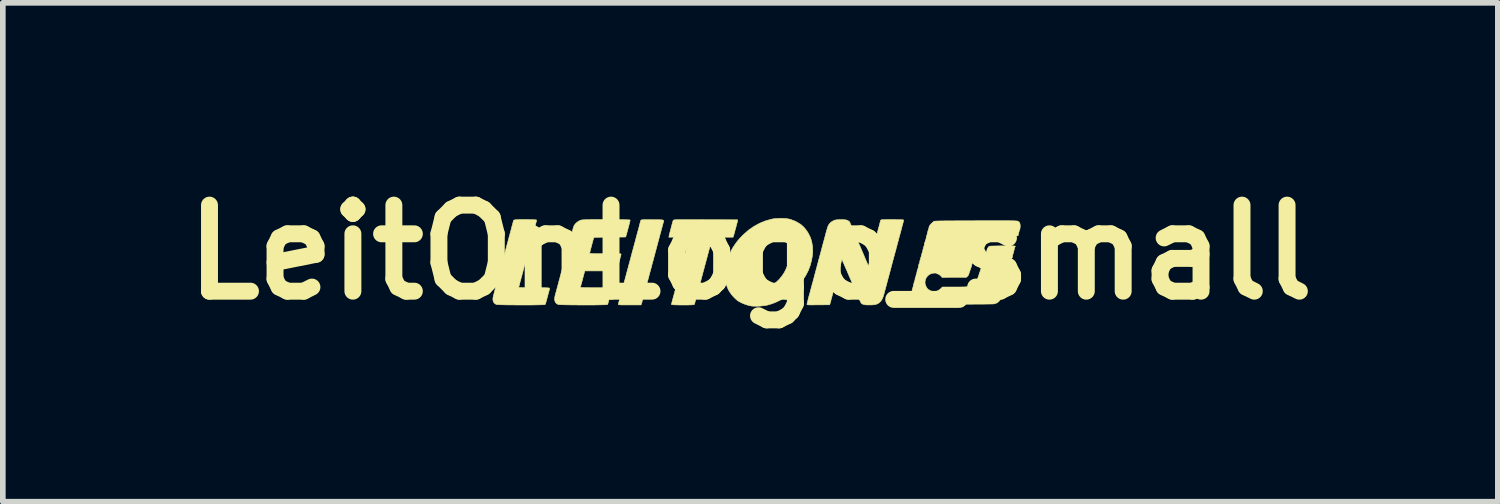
<source format=kicad_pcb>
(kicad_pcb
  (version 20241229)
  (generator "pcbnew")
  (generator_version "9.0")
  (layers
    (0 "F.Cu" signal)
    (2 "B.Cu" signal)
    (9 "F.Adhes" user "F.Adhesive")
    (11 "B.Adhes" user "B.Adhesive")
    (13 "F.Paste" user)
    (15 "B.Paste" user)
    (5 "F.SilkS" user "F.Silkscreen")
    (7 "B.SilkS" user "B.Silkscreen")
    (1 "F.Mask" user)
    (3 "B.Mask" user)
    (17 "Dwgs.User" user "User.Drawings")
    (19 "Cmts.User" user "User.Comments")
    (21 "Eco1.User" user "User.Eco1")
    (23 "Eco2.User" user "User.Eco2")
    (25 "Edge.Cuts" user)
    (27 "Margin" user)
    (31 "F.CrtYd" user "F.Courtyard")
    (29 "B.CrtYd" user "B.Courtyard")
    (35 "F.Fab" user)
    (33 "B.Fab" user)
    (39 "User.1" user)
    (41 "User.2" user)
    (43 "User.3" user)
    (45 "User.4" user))
  (footprint "LeitOnLogo_small"
    (layer "F.Cu")
    (at 10.24 1.418)
    (property "Reference" "LeitOnLogo_small" (at 0 0 0) (layer "F.SilkS") (effects (font (size 1.524 1.524) (thickness 0.3))))
    (attr through_hole)
    (fp_poly (pts (xy 0.567 -0.6) (xy 0.615 -0.598) (xy 0.657 -0.593) (xy 0.686 -0.588) (xy 0.709 -0.582) (xy 0.728 -0.576) (xy 0.739 -0.571) (xy 0.739 -0.571) (xy 0.751 -0.566) (xy 0.756 -0.565) (xy 0.767 -0.562) (xy 0.787 -0.553) (xy 0.812 -0.541) (xy 0.839 -0.526) (xy 0.866 -0.51) (xy 0.89 -0.495) (xy 0.9 -0.487) (xy 0.944 -0.448) (xy 0.986 -0.398) (xy 1.024 -0.342) (xy 1.055 -0.281) (xy 1.073 -0.236) (xy 1.09 -0.173) (xy 1.101 -0.103) (xy 1.105 -0.033) (xy 1.105 -0.031) (xy 1.105 -0.005) (xy 1.104 0.018) (xy 1.101 0.042) (xy 1.098 0.068) (xy 1.092 0.101) (xy 1.085 0.14) (xy 1.062 0.23) (xy 1.028 0.321) (xy 0.982 0.41) (xy 0.926 0.497) (xy 0.862 0.58) (xy 0.789 0.658) (xy 0.708 0.73) (xy 0.623 0.793) (xy 0.55 0.837) (xy 0.472 0.876) (xy 0.392 0.909) (xy 0.313 0.933) (xy 0.283 0.94) (xy 0.244 0.946) (xy 0.197 0.951) (xy 0.148 0.955) (xy 0.099 0.956) (xy 0.056 0.955) (xy 0.025 0.953) (xy -0.02 0.944) (xy -0.069 0.93) (xy -0.119 0.912) (xy -0.166 0.891) (xy -0.206 0.869) (xy -0.229 0.854) (xy -0.277 0.811) (xy -0.32 0.765) (xy -0.357 0.716) (xy -0.386 0.669) (xy -0.397 0.645) (xy -0.405 0.625) (xy -0.411 0.609) (xy -0.413 0.606) (xy -0.427 0.564) (xy -0.439 0.512) (xy -0.446 0.455) (xy -0.45 0.395) (xy -0.449 0.352) (xy -0.042 0.352) (xy -0.037 0.413) (xy -0.023 0.47) (xy -0.001 0.521) (xy 0.026 0.56) (xy 0.059 0.591) (xy 0.101 0.614) (xy 0.15 0.629) (xy 0.203 0.634) (xy 0.259 0.63) (xy 0.276 0.626) (xy 0.339 0.606) (xy 0.399 0.575) (xy 0.456 0.533) (xy 0.51 0.482) (xy 0.559 0.423) (xy 0.602 0.358) (xy 0.638 0.286) (xy 0.666 0.21) (xy 0.684 0.14) (xy 0.695 0.063) (xy 0.697 -0.007) (xy 0.69 -0.071) (xy 0.674 -0.128) (xy 0.65 -0.176) (xy 0.618 -0.216) (xy 0.578 -0.247) (xy 0.566 -0.253) (xy 0.533 -0.265) (xy 0.491 -0.273) (xy 0.446 -0.276) (xy 0.401 -0.273) (xy 0.359 -0.266) (xy 0.338 -0.259) (xy 0.275 -0.229) (xy 0.215 -0.189) (xy 0.16 -0.142) (xy 0.112 -0.09) (xy 0.073 -0.035) (xy 0.066 -0.022) (xy 0.06 -0.01) (xy 0.049 0.009) (xy 0.04 0.025) (xy 0.01 0.09) (xy -0.014 0.164) (xy -0.032 0.248) (xy -0.039 0.291) (xy -0.042 0.352) (xy -0.449 0.352) (xy -0.449 0.337) (xy -0.444 0.291) (xy -0.421 0.18) (xy -0.387 0.076) (xy -0.342 -0.023) (xy -0.312 -0.077) (xy -0.272 -0.138) (xy -0.231 -0.194) (xy -0.185 -0.248) (xy -0.132 -0.303) (xy -0.119 -0.315) (xy -0.03 -0.393) (xy 0.063 -0.458) (xy 0.162 -0.512) (xy 0.266 -0.555) (xy 0.376 -0.586) (xy 0.384 -0.588) (xy 0.421 -0.594) (xy 0.467 -0.598) (xy 0.516 -0.6) (xy 0.567 -0.6)) (stroke (width 0.01) (type solid)) (fill yes) (layer "F.SilkS"))
    (fp_poly (pts (xy -1.758 -0.577) (xy -1.731 -0.576) (xy -1.675 -0.576) (xy -1.63 -0.576) (xy -1.595 -0.575) (xy -1.569 -0.574) (xy -1.552 -0.571) (xy -1.541 -0.567) (xy -1.536 -0.561) (xy -1.535 -0.553) (xy -1.537 -0.542) (xy -1.541 -0.528) (xy -1.545 -0.514) (xy -1.551 -0.493) (xy -1.559 -0.463) (xy -1.567 -0.431) (xy -1.572 -0.416) (xy -1.581 -0.379) (xy -1.589 -0.352) (xy -1.594 -0.331) (xy -1.599 -0.315) (xy -1.603 -0.3) (xy -1.607 -0.283) (xy -1.612 -0.267) (xy -1.618 -0.242) (xy -1.627 -0.21) (xy -1.637 -0.173) (xy -1.647 -0.136) (xy -1.648 -0.13) (xy -1.658 -0.092) (xy -1.669 -0.052) (xy -1.679 -0.016) (xy -1.687 0.014) (xy -1.687 0.016) (xy -1.696 0.048) (xy -1.705 0.083) (xy -1.713 0.114) (xy -1.715 0.119) (xy -1.723 0.151) (xy -1.733 0.186) (xy -1.74 0.211) (xy -1.747 0.24) (xy -1.756 0.274) (xy -1.765 0.308) (xy -1.767 0.314) (xy -1.775 0.343) (xy -1.785 0.379) (xy -1.795 0.419) (xy -1.805 0.457) (xy -1.806 0.46) (xy -1.821 0.515) (xy -1.835 0.569) (xy -1.849 0.619) (xy -1.86 0.662) (xy -1.867 0.686) (xy -1.871 0.701) (xy -1.877 0.725) (xy -1.885 0.754) (xy -1.892 0.781) (xy -1.903 0.823) (xy -1.912 0.854) (xy -1.918 0.877) (xy -1.922 0.893) (xy -1.926 0.904) (xy -1.928 0.911) (xy -1.93 0.917) (xy -1.931 0.919) (xy -1.936 0.933) (xy -2.137 0.933) (xy -2.192 0.933) (xy -2.237 0.933) (xy -2.271 0.933) (xy -2.296 0.932) (xy -2.314 0.931) (xy -2.326 0.93) (xy -2.333 0.928) (xy -2.336 0.926) (xy -2.337 0.923) (xy -2.337 0.922) (xy -2.335 0.909) (xy -2.331 0.89) (xy -2.328 0.879) (xy -2.324 0.865) (xy -2.319 0.85) (xy -2.314 0.83) (xy -2.307 0.805) (xy -2.298 0.772) (xy -2.287 0.731) (xy -2.276 0.686) (xy -2.264 0.642) (xy -2.254 0.606) (xy -2.246 0.574) (xy -2.237 0.542) (xy -2.228 0.507) (xy -2.227 0.505) (xy -2.219 0.476) (xy -2.21 0.44) (xy -2.199 0.401) (xy -2.189 0.362) (xy -2.188 0.359) (xy -2.178 0.322) (xy -2.168 0.285) (xy -2.159 0.251) (xy -2.152 0.225) (xy -2.151 0.222) (xy -2.144 0.196) (xy -2.138 0.173) (xy -2.134 0.157) (xy -2.133 0.156) (xy -2.129 0.14) (xy -2.123 0.117) (xy -2.116 0.091) (xy -2.115 0.087) (xy -2.107 0.055) (xy -2.097 0.02) (xy -2.09 -0.008) (xy -2.082 -0.036) (xy -2.073 -0.07) (xy -2.064 -0.104) (xy -2.061 -0.114) (xy -2.053 -0.143) (xy -2.043 -0.18) (xy -2.032 -0.221) (xy -2.022 -0.261) (xy -2.019 -0.27) (xy -2.009 -0.309) (xy -1.998 -0.35) (xy -1.987 -0.388) (xy -1.979 -0.419) (xy -1.977 -0.425) (xy -1.969 -0.457) (xy -1.961 -0.489) (xy -1.954 -0.516) (xy -1.952 -0.523) (xy -1.946 -0.545) (xy -1.94 -0.562) (xy -1.936 -0.57) (xy -1.931 -0.572) (xy -1.922 -0.574) (xy -1.906 -0.575) (xy -1.883 -0.576) (xy -1.852 -0.577) (xy -1.81 -0.577) (xy -1.758 -0.577)) (stroke (width 0.01) (type solid)) (fill yes) (layer "F.SilkS"))
    (fp_poly (pts (xy -1.038 -0.577) (xy -0.961 -0.577) (xy -0.873 -0.577) (xy -0.792 -0.576) (xy -0.225 -0.575) (xy -0.227 -0.559) (xy -0.23 -0.541) (xy -0.234 -0.521) (xy -0.235 -0.521) (xy -0.239 -0.506) (xy -0.245 -0.482) (xy -0.253 -0.453) (xy -0.26 -0.425) (xy -0.272 -0.383) (xy -0.28 -0.352) (xy -0.286 -0.329) (xy -0.291 -0.312) (xy -0.294 -0.3) (xy -0.297 -0.291) (xy -0.3 -0.284) (xy -0.306 -0.267) (xy -0.671 -0.267) (xy -0.685 -0.211) (xy -0.695 -0.177) (xy -0.705 -0.139) (xy -0.714 -0.104) (xy -0.715 -0.102) (xy -0.733 -0.036) (xy -0.75 0.028) (xy -0.767 0.093) (xy -0.787 0.166) (xy -0.787 0.168) (xy -0.798 0.208) (xy -0.809 0.248) (xy -0.819 0.286) (xy -0.827 0.317) (xy -0.83 0.327) (xy -0.837 0.351) (xy -0.842 0.372) (xy -0.848 0.393) (xy -0.854 0.416) (xy -0.862 0.444) (xy -0.871 0.481) (xy -0.879 0.511) (xy -0.887 0.54) (xy -0.894 0.566) (xy -0.9 0.586) (xy -0.902 0.594) (xy -0.905 0.607) (xy -0.911 0.63) (xy -0.919 0.658) (xy -0.927 0.689) (xy -0.937 0.726) (xy -0.947 0.765) (xy -0.957 0.801) (xy -0.963 0.822) (xy -0.971 0.85) (xy -0.977 0.876) (xy -0.983 0.894) (xy -0.984 0.899) (xy -0.989 0.916) (xy -0.993 0.926) (xy -1.001 0.929) (xy -1.019 0.93) (xy -1.046 0.932) (xy -1.079 0.933) (xy -1.118 0.934) (xy -1.161 0.934) (xy -1.204 0.934) (xy -1.247 0.934) (xy -1.289 0.933) (xy -1.326 0.932) (xy -1.357 0.931) (xy -1.38 0.929) (xy -1.394 0.927) (xy -1.397 0.926) (xy -1.396 0.919) (xy -1.394 0.908) (xy -1.39 0.891) (xy -1.383 0.866) (xy -1.374 0.831) (xy -1.37 0.816) (xy -1.363 0.789) (xy -1.353 0.754) (xy -1.342 0.714) (xy -1.332 0.674) (xy -1.327 0.657) (xy -1.317 0.618) (xy -1.306 0.577) (xy -1.296 0.539) (xy -1.287 0.509) (xy -1.285 0.498) (xy -1.276 0.466) (xy -1.267 0.431) (xy -1.258 0.401) (xy -1.257 0.395) (xy -1.248 0.364) (xy -1.239 0.328) (xy -1.232 0.303) (xy -1.225 0.275) (xy -1.216 0.241) (xy -1.206 0.207) (xy -1.204 0.197) (xy -1.186 0.13) (xy -1.169 0.068) (xy -1.155 0.014) (xy -1.143 -0.029) (xy -1.143 -0.03) (xy -1.134 -0.061) (xy -1.125 -0.096) (xy -1.117 -0.125) (xy -1.109 -0.155) (xy -1.101 -0.185) (xy -1.095 -0.209) (xy -1.095 -0.21) (xy -1.09 -0.231) (xy -1.085 -0.249) (xy -1.082 -0.256) (xy -1.082 -0.259) (xy -1.084 -0.261) (xy -1.09 -0.263) (xy -1.101 -0.265) (xy -1.118 -0.266) (xy -1.143 -0.266) (xy -1.178 -0.267) (xy -1.222 -0.267) (xy -1.26 -0.267) (xy -1.443 -0.267) (xy -1.44 -0.287) (xy -1.438 -0.296) (xy -1.435 -0.309) (xy -1.431 -0.326) (xy -1.425 -0.349) (xy -1.417 -0.381) (xy -1.406 -0.421) (xy -1.393 -0.47) (xy -1.387 -0.495) (xy -1.38 -0.519) (xy -1.377 -0.529) (xy -1.372 -0.549) (xy -1.366 -0.564) (xy -1.365 -0.566) (xy -1.363 -0.568) (xy -1.361 -0.57) (xy -1.356 -0.571) (xy -1.349 -0.573) (xy -1.339 -0.574) (xy -1.324 -0.575) (xy -1.305 -0.576) (xy -1.279 -0.576) (xy -1.247 -0.577) (xy -1.208 -0.577) (xy -1.16 -0.577) (xy -1.104 -0.577) (xy -1.038 -0.577)) (stroke (width 0.01) (type solid)) (fill yes) (layer "F.SilkS"))
    (fp_poly (pts (xy -3.987 -0.578) (xy -3.929 -0.578) (xy -3.88 -0.577) (xy -3.841 -0.576) (xy -3.811 -0.575) (xy -3.794 -0.573) (xy -3.788 -0.572) (xy -3.787 -0.562) (xy -3.79 -0.546) (xy -3.791 -0.541) (xy -3.796 -0.525) (xy -3.803 -0.5) (xy -3.81 -0.471) (xy -3.814 -0.457) (xy -3.822 -0.427) (xy -3.83 -0.397) (xy -3.836 -0.373) (xy -3.838 -0.365) (xy -3.844 -0.345) (xy -3.851 -0.317) (xy -3.86 -0.286) (xy -3.864 -0.27) (xy -3.874 -0.233) (xy -3.881 -0.206) (xy -3.887 -0.185) (xy -3.891 -0.169) (xy -3.895 -0.153) (xy -3.9 -0.136) (xy -3.904 -0.121) (xy -3.911 -0.095) (xy -3.92 -0.061) (xy -3.93 -0.025) (xy -3.937 0.003) (xy -3.95 0.053) (xy -3.964 0.104) (xy -3.977 0.153) (xy -3.988 0.196) (xy -3.994 0.216) (xy -3.998 0.231) (xy -4.005 0.255) (xy -4.012 0.284) (xy -4.02 0.311) (xy -4.028 0.342) (xy -4.036 0.371) (xy -4.042 0.394) (xy -4.045 0.406) (xy -4.056 0.445) (xy -4.066 0.484) (xy -4.077 0.522) (xy -4.086 0.557) (xy -4.093 0.586) (xy -4.099 0.608) (xy -4.102 0.62) (xy -4.102 0.622) (xy -4.096 0.624) (xy -4.077 0.625) (xy -4.046 0.627) (xy -4.003 0.628) (xy -3.948 0.628) (xy -3.881 0.629) (xy -3.829 0.629) (xy -3.763 0.629) (xy -3.708 0.629) (xy -3.664 0.629) (xy -3.63 0.629) (xy -3.603 0.63) (xy -3.584 0.631) (xy -3.571 0.632) (xy -3.563 0.634) (xy -3.558 0.636) (xy -3.556 0.638) (xy -3.556 0.64) (xy -3.558 0.651) (xy -3.562 0.671) (xy -3.568 0.694) (xy -3.57 0.699) (xy -3.576 0.723) (xy -3.582 0.746) (xy -3.589 0.77) (xy -3.596 0.798) (xy -3.606 0.834) (xy -3.614 0.864) (xy -3.621 0.889) (xy -3.627 0.91) (xy -3.633 0.923) (xy -3.634 0.926) (xy -3.642 0.927) (xy -3.661 0.929) (xy -3.69 0.93) (xy -3.728 0.931) (xy -3.773 0.932) (xy -3.825 0.933) (xy -3.882 0.934) (xy -3.943 0.934) (xy -4.007 0.934) (xy -4.071 0.934) (xy -4.135 0.934) (xy -4.198 0.933) (xy -4.259 0.933) (xy -4.316 0.932) (xy -4.367 0.931) (xy -4.412 0.93) (xy -4.449 0.928) (xy -4.477 0.927) (xy -4.495 0.925) (xy -4.501 0.924) (xy -4.531 0.905) (xy -4.55 0.88) (xy -4.559 0.847) (xy -4.559 0.835) (xy -4.559 0.822) (xy -4.558 0.809) (xy -4.555 0.793) (xy -4.551 0.772) (xy -4.544 0.746) (xy -4.535 0.711) (xy -4.523 0.667) (xy -4.519 0.651) (xy -4.512 0.624) (xy -4.503 0.589) (xy -4.492 0.549) (xy -4.481 0.509) (xy -4.477 0.492) (xy -4.466 0.452) (xy -4.455 0.412) (xy -4.445 0.374) (xy -4.437 0.343) (xy -4.434 0.333) (xy -4.425 0.301) (xy -4.416 0.266) (xy -4.408 0.236) (xy -4.407 0.23) (xy -4.398 0.198) (xy -4.389 0.163) (xy -4.382 0.138) (xy -4.374 0.109) (xy -4.365 0.075) (xy -4.356 0.041) (xy -4.354 0.035) (xy -4.347 0.008) (xy -4.337 -0.027) (xy -4.327 -0.067) (xy -4.316 -0.107) (xy -4.312 -0.124) (xy -4.301 -0.163) (xy -4.29 -0.204) (xy -4.28 -0.242) (xy -4.272 -0.273) (xy -4.269 -0.283) (xy -4.26 -0.315) (xy -4.251 -0.35) (xy -4.243 -0.38) (xy -4.241 -0.386) (xy -4.233 -0.416) (xy -4.224 -0.452) (xy -4.216 -0.481) (xy -4.209 -0.507) (xy -4.203 -0.529) (xy -4.199 -0.544) (xy -4.199 -0.546) (xy -4.197 -0.555) (xy -4.194 -0.562) (xy -4.19 -0.567) (xy -4.182 -0.571) (xy -4.169 -0.574) (xy -4.15 -0.576) (xy -4.124 -0.577) (xy -4.089 -0.578) (xy -4.044 -0.578) (xy -3.988 -0.578) (xy -3.987 -0.578)) (stroke (width 0.01) (type solid)) (fill yes) (layer "F.SilkS"))
    (fp_poly (pts (xy -2.473 -0.578) (xy -2.398 -0.578) (xy -2.33 -0.577) (xy -2.271 -0.577) (xy -2.222 -0.576) (xy -2.182 -0.575) (xy -2.153 -0.574) (xy -2.136 -0.573) (xy -2.131 -0.572) (xy -2.13 -0.567) (xy -2.131 -0.557) (xy -2.135 -0.539) (xy -2.141 -0.514) (xy -2.15 -0.48) (xy -2.162 -0.435) (xy -2.173 -0.394) (xy -2.18 -0.368) (xy -2.186 -0.344) (xy -2.191 -0.328) (xy -2.191 -0.327) (xy -2.197 -0.306) (xy -2.202 -0.289) (xy -2.208 -0.27) (xy -2.486 -0.268) (xy -2.545 -0.268) (xy -2.599 -0.267) (xy -2.648 -0.266) (xy -2.691 -0.265) (xy -2.726 -0.264) (xy -2.751 -0.263) (xy -2.766 -0.262) (xy -2.77 -0.262) (xy -2.774 -0.254) (xy -2.779 -0.236) (xy -2.786 -0.213) (xy -2.79 -0.2) (xy -2.798 -0.169) (xy -2.808 -0.132) (xy -2.818 -0.093) (xy -2.825 -0.068) (xy -2.833 -0.038) (xy -2.839 -0.013) (xy -2.843 0.006) (xy -2.845 0.016) (xy -2.845 0.016) (xy -2.843 0.018) (xy -2.839 0.02) (xy -2.829 0.022) (xy -2.815 0.023) (xy -2.793 0.024) (xy -2.764 0.025) (xy -2.727 0.025) (xy -2.679 0.025) (xy -2.621 0.025) (xy -2.57 0.025) (xy -2.512 0.025) (xy -2.458 0.026) (xy -2.409 0.026) (xy -2.367 0.027) (xy -2.333 0.027) (xy -2.308 0.028) (xy -2.294 0.029) (xy -2.291 0.029) (xy -2.29 0.037) (xy -2.293 0.052) (xy -2.295 0.062) (xy -2.3 0.079) (xy -2.307 0.105) (xy -2.315 0.137) (xy -2.325 0.173) (xy -2.33 0.194) (xy -2.34 0.229) (xy -2.349 0.261) (xy -2.356 0.288) (xy -2.361 0.306) (xy -2.364 0.313) (xy -2.37 0.33) (xy -2.932 0.33) (xy -2.94 0.36) (xy -2.947 0.386) (xy -2.954 0.413) (xy -2.956 0.419) (xy -2.961 0.438) (xy -2.968 0.464) (xy -2.976 0.495) (xy -2.981 0.514) (xy -2.989 0.544) (xy -2.996 0.57) (xy -3.002 0.59) (xy -3.005 0.598) (xy -3.008 0.613) (xy -3.007 0.622) (xy -3 0.624) (xy -2.982 0.625) (xy -2.952 0.627) (xy -2.91 0.628) (xy -2.856 0.628) (xy -2.789 0.629) (xy -2.726 0.629) (xy -2.45 0.629) (xy -2.453 0.646) (xy -2.455 0.655) (xy -2.458 0.67) (xy -2.463 0.69) (xy -2.471 0.718) (xy -2.481 0.755) (xy -2.493 0.802) (xy -2.499 0.822) (xy -2.506 0.849) (xy -2.513 0.875) (xy -2.517 0.889) (xy -2.522 0.908) (xy -2.528 0.922) (xy -2.529 0.926) (xy -2.537 0.927) (xy -2.555 0.929) (xy -2.584 0.93) (xy -2.622 0.931) (xy -2.668 0.932) (xy -2.72 0.933) (xy -2.777 0.934) (xy -2.837 0.934) (xy -2.901 0.934) (xy -2.966 0.934) (xy -3.03 0.934) (xy -3.094 0.933) (xy -3.155 0.933) (xy -3.212 0.932) (xy -3.265 0.931) (xy -3.311 0.93) (xy -3.349 0.929) (xy -3.379 0.927) (xy -3.399 0.926) (xy -3.407 0.924) (xy -3.437 0.905) (xy -3.456 0.88) (xy -3.466 0.848) (xy -3.466 0.809) (xy -3.457 0.764) (xy -3.45 0.737) (xy -3.442 0.709) (xy -3.438 0.695) (xy -3.433 0.674) (xy -3.425 0.646) (xy -3.417 0.616) (xy -3.414 0.606) (xy -3.407 0.578) (xy -3.397 0.542) (xy -3.387 0.502) (xy -3.376 0.464) (xy -3.375 0.46) (xy -3.366 0.424) (xy -3.356 0.386) (xy -3.347 0.353) (xy -3.34 0.327) (xy -3.339 0.324) (xy -3.332 0.298) (xy -3.326 0.275) (xy -3.321 0.258) (xy -3.321 0.257) (xy -3.317 0.242) (xy -3.311 0.219) (xy -3.304 0.193) (xy -3.303 0.189) (xy -3.294 0.157) (xy -3.285 0.122) (xy -3.277 0.094) (xy -3.269 0.065) (xy -3.26 0.031) (xy -3.251 -0.003) (xy -3.249 -0.01) (xy -3.242 -0.038) (xy -3.232 -0.074) (xy -3.221 -0.114) (xy -3.211 -0.152) (xy -3.21 -0.156) (xy -3.201 -0.192) (xy -3.191 -0.23) (xy -3.182 -0.263) (xy -3.175 -0.289) (xy -3.174 -0.292) (xy -3.167 -0.318) (xy -3.16 -0.341) (xy -3.156 -0.358) (xy -3.156 -0.359) (xy -3.151 -0.376) (xy -3.145 -0.399) (xy -3.142 -0.413) (xy -3.134 -0.437) (xy -3.126 -0.461) (xy -3.122 -0.471) (xy -3.103 -0.499) (xy -3.076 -0.526) (xy -3.045 -0.549) (xy -3.014 -0.564) (xy -3.007 -0.567) (xy -2.999 -0.569) (xy -2.991 -0.571) (xy -2.98 -0.573) (xy -2.966 -0.574) (xy -2.949 -0.575) (xy -2.926 -0.576) (xy -2.898 -0.577) (xy -2.862 -0.577) (xy -2.819 -0.578) (xy -2.767 -0.578) (xy -2.705 -0.578) (xy -2.632 -0.578) (xy -2.556 -0.578) (xy -2.473 -0.578)) (stroke (width 0.01) (type solid)) (fill yes) (layer "F.SilkS"))
    (fp_poly (pts (xy 2.561 -0.578) (xy 2.605 -0.577) (xy 2.644 -0.577) (xy 2.676 -0.576) (xy 2.699 -0.575) (xy 2.712 -0.573) (xy 2.714 -0.573) (xy 2.714 -0.565) (xy 2.711 -0.547) (xy 2.706 -0.524) (xy 2.702 -0.511) (xy 2.689 -0.463) (xy 2.676 -0.412) (xy 2.663 -0.363) (xy 2.651 -0.319) (xy 2.644 -0.295) (xy 2.637 -0.269) (xy 2.63 -0.242) (xy 2.622 -0.211) (xy 2.612 -0.174) (xy 2.6 -0.13) (xy 2.591 -0.094) (xy 2.583 -0.067) (xy 2.578 -0.045) (xy 2.572 -0.026) (xy 2.567 -0.005) (xy 2.56 0.019) (xy 2.552 0.049) (xy 2.542 0.086) (xy 2.531 0.127) (xy 2.52 0.167) (xy 2.511 0.201) (xy 2.508 0.213) (xy 2.504 0.227) (xy 2.498 0.25) (xy 2.491 0.278) (xy 2.486 0.295) (xy 2.478 0.326) (xy 2.47 0.356) (xy 2.463 0.381) (xy 2.461 0.391) (xy 2.455 0.411) (xy 2.448 0.439) (xy 2.439 0.47) (xy 2.435 0.486) (xy 2.425 0.523) (xy 2.418 0.55) (xy 2.413 0.57) (xy 2.408 0.587) (xy 2.404 0.602) (xy 2.4 0.618) (xy 2.395 0.635) (xy 2.387 0.665) (xy 2.377 0.701) (xy 2.369 0.734) (xy 2.368 0.737) (xy 2.354 0.784) (xy 2.339 0.822) (xy 2.322 0.851) (xy 2.302 0.876) (xy 2.293 0.884) (xy 2.271 0.902) (xy 2.247 0.915) (xy 2.221 0.924) (xy 2.188 0.93) (xy 2.147 0.933) (xy 2.106 0.933) (xy 2.06 0.933) (xy 2.026 0.929) (xy 2 0.923) (xy 1.98 0.914) (xy 1.965 0.901) (xy 1.956 0.888) (xy 1.951 0.877) (xy 1.941 0.856) (xy 1.928 0.827) (xy 1.911 0.791) (xy 1.893 0.749) (xy 1.873 0.703) (xy 1.86 0.674) (xy 1.839 0.626) (xy 1.82 0.58) (xy 1.802 0.538) (xy 1.786 0.502) (xy 1.774 0.474) (xy 1.765 0.454) (xy 1.762 0.448) (xy 1.753 0.428) (xy 1.742 0.401) (xy 1.729 0.371) (xy 1.721 0.352) (xy 1.708 0.321) (xy 1.694 0.29) (xy 1.682 0.262) (xy 1.677 0.251) (xy 1.665 0.224) (xy 1.652 0.193) (xy 1.641 0.169) (xy 1.623 0.125) (xy 1.611 0.169) (xy 1.605 0.195) (xy 1.598 0.219) (xy 1.594 0.235) (xy 1.589 0.251) (xy 1.582 0.279) (xy 1.572 0.315) (xy 1.56 0.358) (xy 1.547 0.408) (xy 1.533 0.462) (xy 1.518 0.519) (xy 1.511 0.543) (xy 1.502 0.579) (xy 1.493 0.611) (xy 1.486 0.638) (xy 1.481 0.657) (xy 1.479 0.664) (xy 1.474 0.681) (xy 1.468 0.704) (xy 1.465 0.714) (xy 1.459 0.734) (xy 1.452 0.762) (xy 1.443 0.794) (xy 1.438 0.813) (xy 1.43 0.843) (xy 1.423 0.872) (xy 1.416 0.895) (xy 1.413 0.905) (xy 1.405 0.93) (xy 1.204 0.932) (xy 1.149 0.932) (xy 1.104 0.933) (xy 1.07 0.933) (xy 1.044 0.932) (xy 1.026 0.931) (xy 1.014 0.93) (xy 1.007 0.928) (xy 1.004 0.926) (xy 1.003 0.923) (xy 1.003 0.922) (xy 1.005 0.912) (xy 1.01 0.892) (xy 1.017 0.863) (xy 1.026 0.827) (xy 1.036 0.787) (xy 1.048 0.744) (xy 1.054 0.724) (xy 1.058 0.709) (xy 1.064 0.685) (xy 1.072 0.656) (xy 1.079 0.629) (xy 1.088 0.598) (xy 1.095 0.569) (xy 1.102 0.546) (xy 1.105 0.533) (xy 1.11 0.517) (xy 1.117 0.49) (xy 1.127 0.454) (xy 1.138 0.41) (xy 1.151 0.362) (xy 1.165 0.309) (xy 1.18 0.254) (xy 1.187 0.225) (xy 1.197 0.19) (xy 1.205 0.157) (xy 1.213 0.13) (xy 1.218 0.111) (xy 1.22 0.105) (xy 1.224 0.091) (xy 1.23 0.068) (xy 1.237 0.04) (xy 1.245 0.013) (xy 1.253 -0.018) (xy 1.261 -0.047) (xy 1.267 -0.07) (xy 1.27 -0.083) (xy 1.274 -0.096) (xy 1.28 -0.12) (xy 1.288 -0.15) (xy 1.297 -0.184) (xy 1.302 -0.2) (xy 1.319 -0.264) (xy 1.333 -0.318) (xy 1.345 -0.361) (xy 1.355 -0.396) (xy 1.363 -0.424) (xy 1.37 -0.445) (xy 1.376 -0.461) (xy 1.382 -0.474) (xy 1.387 -0.484) (xy 1.392 -0.492) (xy 1.42 -0.525) (xy 1.457 -0.551) (xy 1.497 -0.569) (xy 1.518 -0.573) (xy 1.548 -0.576) (xy 1.584 -0.577) (xy 1.621 -0.578) (xy 1.656 -0.577) (xy 1.685 -0.574) (xy 1.703 -0.571) (xy 1.721 -0.564) (xy 1.74 -0.553) (xy 1.756 -0.54) (xy 1.764 -0.529) (xy 1.765 -0.526) (xy 1.766 -0.522) (xy 1.768 -0.515) (xy 1.772 -0.504) (xy 1.78 -0.486) (xy 1.792 -0.459) (xy 1.796 -0.451) (xy 1.802 -0.436) (xy 1.812 -0.412) (xy 1.826 -0.381) (xy 1.841 -0.345) (xy 1.857 -0.307) (xy 1.858 -0.305) (xy 1.874 -0.266) (xy 1.889 -0.229) (xy 1.903 -0.196) (xy 1.915 -0.17) (xy 1.922 -0.153) (xy 1.922 -0.152) (xy 1.932 -0.13) (xy 1.942 -0.109) (xy 1.946 -0.098) (xy 1.951 -0.087) (xy 1.96 -0.066) (xy 1.972 -0.037) (xy 1.987 -0.003) (xy 2.003 0.035) (xy 2.007 0.044) (xy 2.023 0.083) (xy 2.038 0.12) (xy 2.052 0.152) (xy 2.063 0.177) (xy 2.07 0.193) (xy 2.071 0.195) (xy 2.078 0.213) (xy 2.082 0.226) (xy 2.083 0.229) (xy 2.085 0.234) (xy 2.091 0.231) (xy 2.097 0.221) (xy 2.102 0.208) (xy 2.104 0.202) (xy 2.107 0.186) (xy 2.113 0.163) (xy 2.12 0.135) (xy 2.123 0.124) (xy 2.132 0.09) (xy 2.143 0.051) (xy 2.153 0.014) (xy 2.155 0.006) (xy 2.163 -0.025) (xy 2.172 -0.057) (xy 2.179 -0.084) (xy 2.182 -0.092) (xy 2.189 -0.119) (xy 2.196 -0.146) (xy 2.204 -0.176) (xy 2.214 -0.213) (xy 2.226 -0.257) (xy 2.235 -0.291) (xy 2.242 -0.317) (xy 2.248 -0.34) (xy 2.254 -0.363) (xy 2.261 -0.39) (xy 2.269 -0.419) (xy 2.278 -0.451) (xy 2.286 -0.482) (xy 2.293 -0.509) (xy 2.295 -0.517) (xy 2.301 -0.539) (xy 2.306 -0.558) (xy 2.309 -0.567) (xy 2.31 -0.57) (xy 2.314 -0.572) (xy 2.322 -0.574) (xy 2.334 -0.576) (xy 2.352 -0.577) (xy 2.377 -0.577) (xy 2.412 -0.578) (xy 2.456 -0.578) (xy 2.511 -0.578) (xy 2.561 -0.578)) (stroke (width 0.01) (type solid)) (fill yes) (layer "F.SilkS"))
    (fp_poly (pts (xy 4.499 -0.558) (xy 4.549 -0.558) (xy 4.592 -0.558) (xy 4.628 -0.557) (xy 4.657 -0.557) (xy 4.681 -0.556) (xy 4.7 -0.555) (xy 4.714 -0.554) (xy 4.724 -0.553) (xy 4.732 -0.552) (xy 4.737 -0.55) (xy 4.741 -0.549) (xy 4.742 -0.549) (xy 4.763 -0.532) (xy 4.776 -0.507) (xy 4.78 -0.474) (xy 4.78 -0.449) (xy 4.777 -0.426) (xy 4.774 -0.408) (xy 4.77 -0.398) (xy 4.766 -0.389) (xy 4.76 -0.37) (xy 4.754 -0.347) (xy 4.753 -0.341) (xy 4.741 -0.292) (xy 4.498 -0.292) (xy 4.444 -0.292) (xy 4.394 -0.292) (xy 4.349 -0.291) (xy 4.311 -0.29) (xy 4.281 -0.289) (xy 4.261 -0.288) (xy 4.252 -0.287) (xy 4.252 -0.287) (xy 4.244 -0.283) (xy 4.228 -0.279) (xy 4.215 -0.278) (xy 4.19 -0.273) (xy 4.169 -0.267) (xy 4.153 -0.26) (xy 4.147 -0.253) (xy 4.147 -0.252) (xy 4.141 -0.248) (xy 4.138 -0.248) (xy 4.126 -0.242) (xy 4.109 -0.228) (xy 4.09 -0.208) (xy 4.071 -0.184) (xy 4.054 -0.159) (xy 4.041 -0.135) (xy 4.033 -0.115) (xy 4.032 -0.107) (xy 4.029 -0.095) (xy 4.026 -0.092) (xy 4.021 -0.083) (xy 4.02 -0.073) (xy 4.017 -0.06) (xy 4.014 -0.054) (xy 4.009 -0.046) (xy 4.005 -0.031) (xy 4.004 -0.024) (xy 4 -0.006) (xy 3.996 0.007) (xy 3.995 0.01) (xy 3.99 0.019) (xy 3.984 0.036) (xy 3.979 0.054) (xy 3.972 0.076) (xy 3.965 0.094) (xy 3.962 0.103) (xy 3.957 0.116) (xy 3.953 0.135) (xy 3.952 0.139) (xy 3.948 0.155) (xy 3.944 0.164) (xy 3.943 0.165) (xy 3.938 0.171) (xy 3.937 0.181) (xy 3.935 0.194) (xy 3.931 0.2) (xy 3.927 0.208) (xy 3.922 0.223) (xy 3.921 0.23) (xy 3.917 0.248) (xy 3.913 0.261) (xy 3.912 0.264) (xy 3.908 0.273) (xy 3.902 0.29) (xy 3.896 0.308) (xy 3.889 0.33) (xy 3.883 0.347) (xy 3.88 0.356) (xy 3.875 0.369) (xy 3.871 0.386) (xy 3.87 0.387) (xy 3.863 0.405) (xy 3.849 0.423) (xy 3.846 0.426) (xy 3.826 0.444) (xy 3.611 0.444) (xy 3.396 0.445) (xy 3.383 0.428) (xy 3.369 0.414) (xy 3.35 0.4) (xy 3.331 0.388) (xy 3.316 0.382) (xy 3.312 0.381) (xy 3.303 0.378) (xy 3.302 0.375) (xy 3.296 0.371) (xy 3.281 0.369) (xy 3.262 0.368) (xy 3.217 0.374) (xy 3.178 0.39) (xy 3.144 0.415) (xy 3.118 0.447) (xy 3.101 0.485) (xy 3.094 0.527) (xy 3.095 0.55) (xy 3.101 0.576) (xy 3.112 0.604) (xy 3.126 0.629) (xy 3.141 0.65) (xy 3.156 0.663) (xy 3.167 0.667) (xy 3.174 0.67) (xy 3.175 0.672) (xy 3.181 0.678) (xy 3.196 0.684) (xy 3.216 0.689) (xy 3.238 0.693) (xy 3.258 0.696) (xy 3.273 0.695) (xy 3.311 0.685) (xy 3.341 0.67) (xy 3.369 0.648) (xy 3.372 0.645) (xy 3.402 0.616) (xy 3.62 0.616) (xy 3.683 0.616) (xy 3.735 0.615) (xy 3.778 0.615) (xy 3.812 0.613) (xy 3.839 0.611) (xy 3.86 0.608) (xy 3.878 0.604) (xy 3.893 0.598) (xy 3.907 0.591) (xy 3.922 0.583) (xy 3.925 0.581) (xy 3.952 0.561) (xy 3.978 0.536) (xy 4.001 0.509) (xy 4.016 0.485) (xy 4.017 0.483) (xy 4.024 0.466) (xy 4.031 0.452) (xy 4.031 0.451) (xy 4.036 0.44) (xy 4.042 0.421) (xy 4.048 0.403) (xy 4.055 0.381) (xy 4.061 0.362) (xy 4.065 0.352) (xy 4.069 0.339) (xy 4.076 0.319) (xy 4.08 0.305) (xy 4.087 0.284) (xy 4.093 0.267) (xy 4.096 0.26) (xy 4.1 0.247) (xy 4.104 0.228) (xy 4.105 0.22) (xy 4.109 0.203) (xy 4.113 0.192) (xy 4.116 0.191) (xy 4.12 0.185) (xy 4.121 0.175) (xy 4.123 0.162) (xy 4.127 0.156) (xy 4.132 0.148) (xy 4.136 0.133) (xy 4.137 0.129) (xy 4.141 0.111) (xy 4.145 0.1) (xy 4.146 0.098) (xy 4.15 0.089) (xy 4.156 0.072) (xy 4.162 0.054) (xy 4.169 0.032) (xy 4.175 0.013) (xy 4.178 0.003) (xy 4.184 -0.012) (xy 4.188 -0.03) (xy 4.199 -0.064) (xy 4.216 -0.091) (xy 4.223 -0.099) (xy 4.228 -0.102) (xy 4.233 -0.105) (xy 4.241 -0.107) (xy 4.254 -0.109) (xy 4.271 -0.11) (xy 4.296 -0.111) (xy 4.328 -0.111) (xy 4.369 -0.112) (xy 4.421 -0.113) (xy 4.465 -0.113) (xy 4.525 -0.113) (xy 4.574 -0.114) (xy 4.613 -0.113) (xy 4.642 -0.113) (xy 4.664 -0.112) (xy 4.678 -0.111) (xy 4.687 -0.11) (xy 4.692 -0.108) (xy 4.693 -0.105) (xy 4.689 -0.095) (xy 4.687 -0.093) (xy 4.682 -0.084) (xy 4.678 -0.069) (xy 4.678 -0.068) (xy 4.673 -0.045) (xy 4.667 -0.019) (xy 4.662 0.004) (xy 4.656 0.022) (xy 4.653 0.029) (xy 4.65 0.039) (xy 4.646 0.056) (xy 4.645 0.069) (xy 4.641 0.087) (xy 4.637 0.099) (xy 4.635 0.102) (xy 4.631 0.107) (xy 4.629 0.12) (xy 4.627 0.135) (xy 4.624 0.142) (xy 4.62 0.15) (xy 4.616 0.166) (xy 4.614 0.181) (xy 4.61 0.201) (xy 4.606 0.215) (xy 4.603 0.219) (xy 4.599 0.228) (xy 4.597 0.239) (xy 4.595 0.256) (xy 4.591 0.265) (xy 4.585 0.281) (xy 4.578 0.308) (xy 4.57 0.348) (xy 4.564 0.376) (xy 4.559 0.396) (xy 4.555 0.409) (xy 4.552 0.413) (xy 4.548 0.418) (xy 4.547 0.431) (xy 4.545 0.446) (xy 4.541 0.454) (xy 4.537 0.462) (xy 4.533 0.478) (xy 4.53 0.492) (xy 4.527 0.511) (xy 4.524 0.524) (xy 4.521 0.527) (xy 4.517 0.533) (xy 4.513 0.546) (xy 4.513 0.548) (xy 4.509 0.567) (xy 4.503 0.592) (xy 4.497 0.616) (xy 4.491 0.637) (xy 4.488 0.648) (xy 4.484 0.66) (xy 4.479 0.678) (xy 4.478 0.686) (xy 4.472 0.709) (xy 4.466 0.732) (xy 4.465 0.737) (xy 4.459 0.757) (xy 4.453 0.781) (xy 4.451 0.789) (xy 4.445 0.806) (xy 4.44 0.817) (xy 4.438 0.819) (xy 4.432 0.824) (xy 4.432 0.826) (xy 4.429 0.834) (xy 4.42 0.849) (xy 4.412 0.859) (xy 4.39 0.882) (xy 4.361 0.9) (xy 4.324 0.913) (xy 4.321 0.914) (xy 4.311 0.915) (xy 4.29 0.916) (xy 4.257 0.917) (xy 4.215 0.917) (xy 4.165 0.918) (xy 4.106 0.919) (xy 4.042 0.919) (xy 3.971 0.919) (xy 3.896 0.92) (xy 3.817 0.92) (xy 3.736 0.92) (xy 3.653 0.92) (xy 3.57 0.92) (xy 3.486 0.92) (xy 3.405 0.92) (xy 3.326 0.92) (xy 3.25 0.919) (xy 3.178 0.919) (xy 3.112 0.919) (xy 3.053 0.918) (xy 3.001 0.917) (xy 2.957 0.917) (xy 2.923 0.916) (xy 2.899 0.915) (xy 2.887 0.914) (xy 2.886 0.914) (xy 2.867 0.905) (xy 2.851 0.895) (xy 2.844 0.888) (xy 2.839 0.88) (xy 2.837 0.868) (xy 2.836 0.849) (xy 2.835 0.821) (xy 2.835 0.819) (xy 2.836 0.783) (xy 2.839 0.759) (xy 2.843 0.748) (xy 2.849 0.736) (xy 2.851 0.723) (xy 2.853 0.709) (xy 2.857 0.702) (xy 2.861 0.694) (xy 2.865 0.678) (xy 2.867 0.668) (xy 2.871 0.649) (xy 2.875 0.635) (xy 2.876 0.632) (xy 2.881 0.621) (xy 2.884 0.606) (xy 2.889 0.584) (xy 2.895 0.559) (xy 2.901 0.535) (xy 2.907 0.518) (xy 2.909 0.513) (xy 2.913 0.501) (xy 2.917 0.482) (xy 2.918 0.47) (xy 2.922 0.452) (xy 2.926 0.44) (xy 2.928 0.438) (xy 2.932 0.433) (xy 2.934 0.419) (xy 2.935 0.405) (xy 2.939 0.397) (xy 2.943 0.39) (xy 2.947 0.373) (xy 2.949 0.362) (xy 2.953 0.341) (xy 2.957 0.324) (xy 2.959 0.319) (xy 2.964 0.304) (xy 2.971 0.283) (xy 2.977 0.258) (xy 2.982 0.235) (xy 2.984 0.219) (xy 2.985 0.217) (xy 2.987 0.206) (xy 2.99 0.203) (xy 2.994 0.197) (xy 2.998 0.183) (xy 3.001 0.168) (xy 3.004 0.148) (xy 3.008 0.134) (xy 3.011 0.13) (xy 3.015 0.121) (xy 3.016 0.108) (xy 3.018 0.094) (xy 3.022 0.086) (xy 3.026 0.078) (xy 3.03 0.062) (xy 3.032 0.052) (xy 3.036 0.033) (xy 3.04 0.019) (xy 3.041 0.016) (xy 3.046 0.005) (xy 3.05 -0.01) (xy 3.056 -0.037) (xy 3.062 -0.064) (xy 3.068 -0.087) (xy 3.073 -0.102) (xy 3.075 -0.105) (xy 3.078 -0.115) (xy 3.082 -0.133) (xy 3.083 -0.145) (xy 3.087 -0.164) (xy 3.091 -0.178) (xy 3.093 -0.181) (xy 3.098 -0.19) (xy 3.099 -0.2) (xy 3.101 -0.213) (xy 3.105 -0.219) (xy 3.109 -0.227) (xy 3.113 -0.243) (xy 3.115 -0.256) (xy 3.118 -0.276) (xy 3.122 -0.291) (xy 3.124 -0.295) (xy 3.129 -0.306) (xy 3.132 -0.321) (xy 3.137 -0.345) (xy 3.144 -0.37) (xy 3.15 -0.392) (xy 3.155 -0.406) (xy 3.156 -0.407) (xy 3.16 -0.419) (xy 3.164 -0.437) (xy 3.165 -0.443) (xy 3.169 -0.46) (xy 3.174 -0.469) (xy 3.176 -0.47) (xy 3.181 -0.475) (xy 3.181 -0.477) (xy 3.186 -0.486) (xy 3.198 -0.5) (xy 3.217 -0.518) (xy 3.238 -0.537) (xy 3.245 -0.543) (xy 3.248 -0.545) (xy 3.251 -0.547) (xy 3.256 -0.548) (xy 3.262 -0.55) (xy 3.271 -0.551) (xy 3.284 -0.552) (xy 3.301 -0.553) (xy 3.322 -0.553) (xy 3.35 -0.554) (xy 3.383 -0.555) (xy 3.423 -0.555) (xy 3.471 -0.556) (xy 3.527 -0.556) (xy 3.592 -0.556) (xy 3.667 -0.557) (xy 3.752 -0.557) (xy 3.849 -0.557) (xy 3.957 -0.557) (xy 3.991 -0.558) (xy 4.103 -0.558) (xy 4.204 -0.558) (xy 4.293 -0.558) (xy 4.371 -0.558) (xy 4.439 -0.558) (xy 4.499 -0.558)) (stroke (width 0.01) (type solid)) (fill yes) (layer "F.SilkS")))
  (gr_rect
    (start -3 -3)
    (end 23.48 5.836)
    (stroke (width 0.1) (type default))
    (fill no)
    (layer "Edge.Cuts")))
</source>
